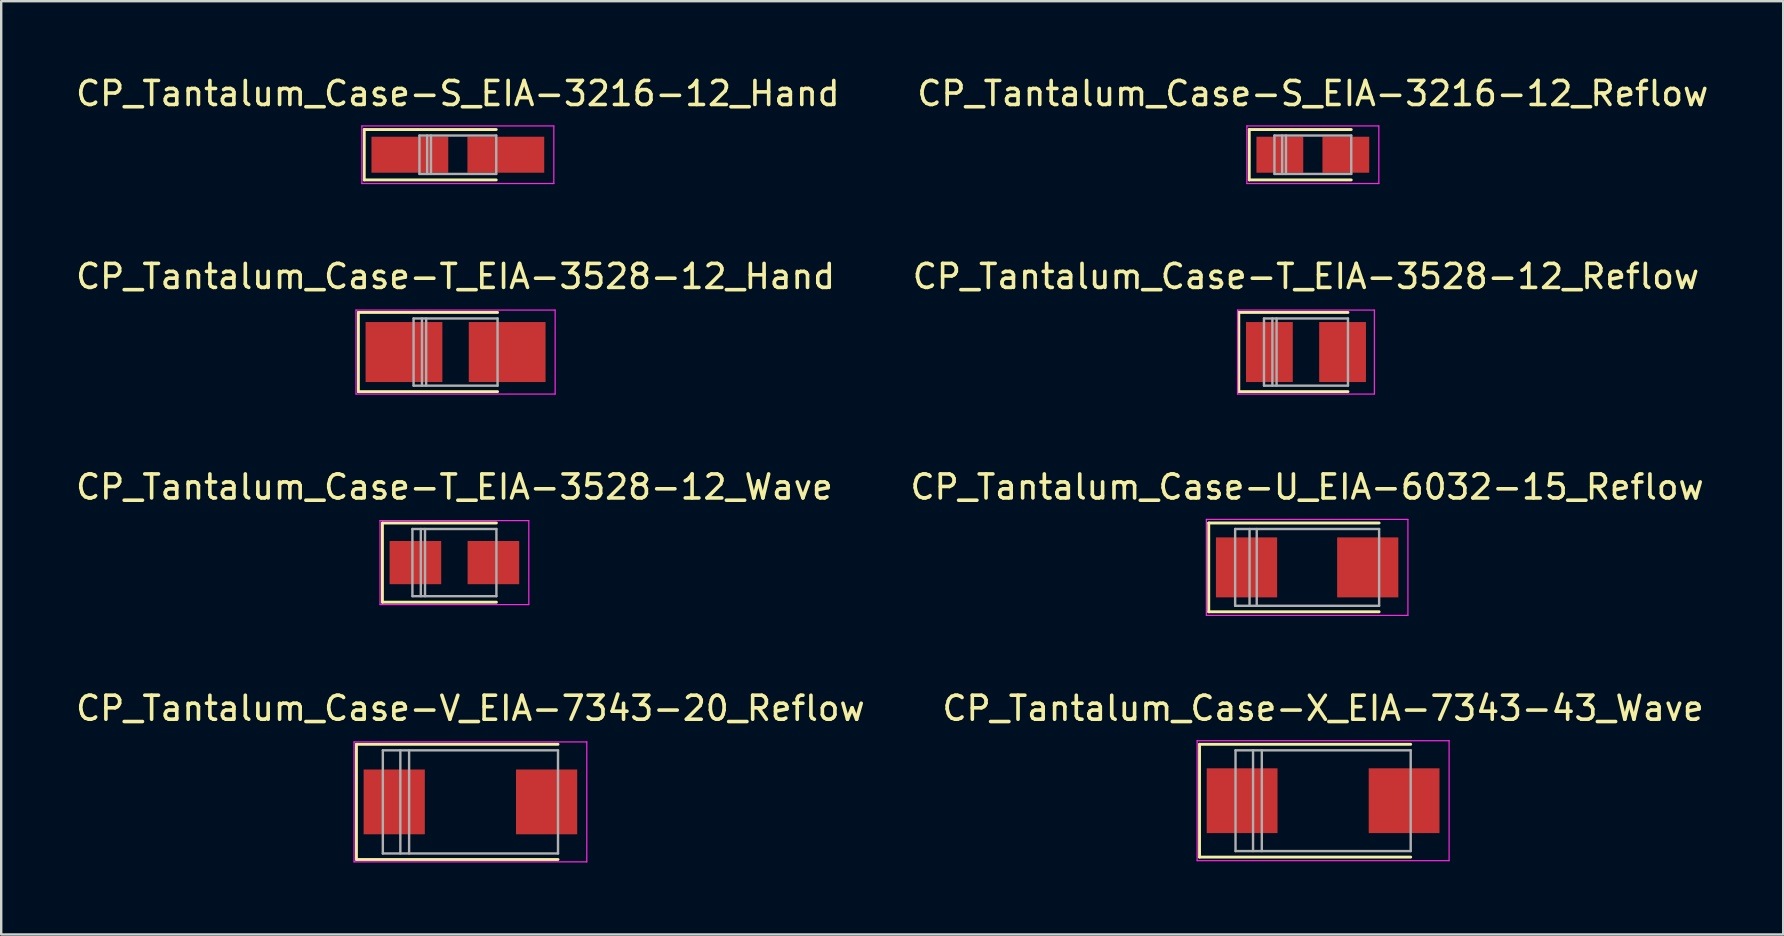
<source format=kicad_pcb>
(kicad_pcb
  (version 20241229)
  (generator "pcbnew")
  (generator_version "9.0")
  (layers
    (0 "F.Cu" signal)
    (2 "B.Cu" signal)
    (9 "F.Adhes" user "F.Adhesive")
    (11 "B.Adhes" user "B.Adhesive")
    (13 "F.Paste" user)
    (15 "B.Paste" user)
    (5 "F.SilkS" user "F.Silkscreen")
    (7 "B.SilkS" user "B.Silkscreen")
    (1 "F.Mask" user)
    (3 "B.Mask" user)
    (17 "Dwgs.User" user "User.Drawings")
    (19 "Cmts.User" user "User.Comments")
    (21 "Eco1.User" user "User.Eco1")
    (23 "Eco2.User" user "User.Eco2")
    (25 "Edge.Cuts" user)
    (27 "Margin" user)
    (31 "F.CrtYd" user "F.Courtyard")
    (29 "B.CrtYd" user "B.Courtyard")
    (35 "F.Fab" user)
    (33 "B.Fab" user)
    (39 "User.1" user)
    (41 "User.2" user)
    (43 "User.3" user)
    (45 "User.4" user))
  (footprint "CP_Tantalum_Case-X_EIA-7343-43_Wave"
    (layer "F.Cu")
    (at 52.089 30.318)
    (property "Reference" "CP_Tantalum_Case-X_EIA-7343-43_Wave" (at 0 -3.85 0) (layer "F.SilkS") (effects (font (size 1 1) (thickness 0.15))))
    (attr smd)
    (fp_line (start -5.15 -2.35) (end -5.15 2.35) (stroke (width 0.12) (type solid)) (layer "F.SilkS"))
    (fp_line (start -5.15 -2.35) (end 3.65 -2.35) (stroke (width 0.12) (type solid)) (layer "F.SilkS"))
    (fp_line (start -5.15 2.35) (end 3.65 2.35) (stroke (width 0.12) (type solid)) (layer "F.SilkS"))
    (fp_line (start -5.25 -2.5) (end -5.25 2.5) (stroke (width 0.05) (type solid)) (layer "F.CrtYd"))
    (fp_line (start -5.25 2.5) (end 5.25 2.5) (stroke (width 0.05) (type solid)) (layer "F.CrtYd"))
    (fp_line (start 5.25 -2.5) (end -5.25 -2.5) (stroke (width 0.05) (type solid)) (layer "F.CrtYd"))
    (fp_line (start 5.25 2.5) (end 5.25 -2.5) (stroke (width 0.05) (type solid)) (layer "F.CrtYd"))
    (fp_line (start -3.65 -2.1) (end -3.65 2.1) (stroke (width 0.1) (type solid)) (layer "F.Fab"))
    (fp_line (start -3.65 2.1) (end 3.65 2.1) (stroke (width 0.1) (type solid)) (layer "F.Fab"))
    (fp_line (start -2.92 -2.1) (end -2.92 2.1) (stroke (width 0.1) (type solid)) (layer "F.Fab"))
    (fp_line (start -2.555 -2.1) (end -2.555 2.1) (stroke (width 0.1) (type solid)) (layer "F.Fab"))
    (fp_line (start 3.65 -2.1) (end -3.65 -2.1) (stroke (width 0.1) (type solid)) (layer "F.Fab"))
    (fp_line (start 3.65 2.1) (end 3.65 -2.1) (stroke (width 0.1) (type solid)) (layer "F.Fab"))
    (pad "1" smd rect (at -3.375 0) (size 2.95 2.7) (layers "F.Cu" "F.Mask" "F.Paste"))
    (pad "2" smd rect (at 3.375 0) (size 2.95 2.7) (layers "F.Cu" "F.Mask" "F.Paste")))
  (footprint "CP_Tantalum_Case-T_EIA-3528-12_Wave"
    (layer "F.Cu")
    (at 15.887 20.395)
    (property "Reference" "CP_Tantalum_Case-T_EIA-3528-12_Wave" (at 0 -3.15 0) (layer "F.SilkS") (effects (font (size 1 1) (thickness 0.15))))
    (attr smd)
    (fp_line (start -3 -1.65) (end -3 1.65) (stroke (width 0.12) (type solid)) (layer "F.SilkS"))
    (fp_line (start -3 -1.65) (end 1.75 -1.65) (stroke (width 0.12) (type solid)) (layer "F.SilkS"))
    (fp_line (start -3 1.65) (end 1.75 1.65) (stroke (width 0.12) (type solid)) (layer "F.SilkS"))
    (fp_line (start -3.1 -1.75) (end -3.1 1.75) (stroke (width 0.05) (type solid)) (layer "F.CrtYd"))
    (fp_line (start -3.1 1.75) (end 3.1 1.75) (stroke (width 0.05) (type solid)) (layer "F.CrtYd"))
    (fp_line (start 3.1 -1.75) (end -3.1 -1.75) (stroke (width 0.05) (type solid)) (layer "F.CrtYd"))
    (fp_line (start 3.1 1.75) (end 3.1 -1.75) (stroke (width 0.05) (type solid)) (layer "F.CrtYd"))
    (fp_line (start -1.75 -1.4) (end -1.75 1.4) (stroke (width 0.1) (type solid)) (layer "F.Fab"))
    (fp_line (start -1.75 1.4) (end 1.75 1.4) (stroke (width 0.1) (type solid)) (layer "F.Fab"))
    (fp_line (start -1.4 -1.4) (end -1.4 1.4) (stroke (width 0.1) (type solid)) (layer "F.Fab"))
    (fp_line (start -1.225 -1.4) (end -1.225 1.4) (stroke (width 0.1) (type solid)) (layer "F.Fab"))
    (fp_line (start 1.75 -1.4) (end -1.75 -1.4) (stroke (width 0.1) (type solid)) (layer "F.Fab"))
    (fp_line (start 1.75 1.4) (end 1.75 -1.4) (stroke (width 0.1) (type solid)) (layer "F.Fab"))
    (pad "1" smd rect (at -1.625 0) (size 2.15 1.8) (layers "F.Cu" "F.Mask" "F.Paste"))
    (pad "2" smd rect (at 1.625 0) (size 2.15 1.8) (layers "F.Cu" "F.Mask" "F.Paste")))
  (footprint "CP_Tantalum_Case-T_EIA-3528-12_Reflow"
    (layer "F.Cu")
    (at 51.375 11.621)
    (property "Reference" "CP_Tantalum_Case-T_EIA-3528-12_Reflow" (at 0 -3.15 0) (layer "F.SilkS") (effects (font (size 1 1) (thickness 0.15))))
    (attr smd)
    (fp_line (start -2.8 -1.65) (end -2.8 1.65) (stroke (width 0.12) (type solid)) (layer "F.SilkS"))
    (fp_line (start -2.8 -1.65) (end 1.75 -1.65) (stroke (width 0.12) (type solid)) (layer "F.SilkS"))
    (fp_line (start -2.8 1.65) (end 1.75 1.65) (stroke (width 0.12) (type solid)) (layer "F.SilkS"))
    (fp_line (start -2.85 -1.75) (end -2.85 1.75) (stroke (width 0.05) (type solid)) (layer "F.CrtYd"))
    (fp_line (start -2.85 1.75) (end 2.85 1.75) (stroke (width 0.05) (type solid)) (layer "F.CrtYd"))
    (fp_line (start 2.85 -1.75) (end -2.85 -1.75) (stroke (width 0.05) (type solid)) (layer "F.CrtYd"))
    (fp_line (start 2.85 1.75) (end 2.85 -1.75) (stroke (width 0.05) (type solid)) (layer "F.CrtYd"))
    (fp_line (start -1.75 -1.4) (end -1.75 1.4) (stroke (width 0.1) (type solid)) (layer "F.Fab"))
    (fp_line (start -1.75 1.4) (end 1.75 1.4) (stroke (width 0.1) (type solid)) (layer "F.Fab"))
    (fp_line (start -1.4 -1.4) (end -1.4 1.4) (stroke (width 0.1) (type solid)) (layer "F.Fab"))
    (fp_line (start -1.225 -1.4) (end -1.225 1.4) (stroke (width 0.1) (type solid)) (layer "F.Fab"))
    (fp_line (start 1.75 -1.4) (end -1.75 -1.4) (stroke (width 0.1) (type solid)) (layer "F.Fab"))
    (fp_line (start 1.75 1.4) (end 1.75 -1.4) (stroke (width 0.1) (type solid)) (layer "F.Fab"))
    (pad "1" smd rect (at -1.525 0) (size 1.95 2.5) (layers "F.Cu" "F.Mask" "F.Paste"))
    (pad "2" smd rect (at 1.525 0) (size 1.95 2.5) (layers "F.Cu" "F.Mask" "F.Paste")))
  (footprint "CP_Tantalum_Case-U_EIA-6032-15_Reflow"
    (layer "F.Cu")
    (at 51.423 20.595)
    (property "Reference" "CP_Tantalum_Case-U_EIA-6032-15_Reflow" (at 0 -3.35 0) (layer "F.SilkS") (effects (font (size 1 1) (thickness 0.15))))
    (attr smd)
    (fp_line (start -4.1 -1.85) (end -4.1 1.85) (stroke (width 0.12) (type solid)) (layer "F.SilkS"))
    (fp_line (start -4.1 -1.85) (end 3 -1.85) (stroke (width 0.12) (type solid)) (layer "F.SilkS"))
    (fp_line (start -4.1 1.85) (end 3 1.85) (stroke (width 0.12) (type solid)) (layer "F.SilkS"))
    (fp_line (start -4.2 -2) (end -4.2 2) (stroke (width 0.05) (type solid)) (layer "F.CrtYd"))
    (fp_line (start -4.2 2) (end 4.2 2) (stroke (width 0.05) (type solid)) (layer "F.CrtYd"))
    (fp_line (start 4.2 -2) (end -4.2 -2) (stroke (width 0.05) (type solid)) (layer "F.CrtYd"))
    (fp_line (start 4.2 2) (end 4.2 -2) (stroke (width 0.05) (type solid)) (layer "F.CrtYd"))
    (fp_line (start -3 -1.6) (end -3 1.6) (stroke (width 0.1) (type solid)) (layer "F.Fab"))
    (fp_line (start -3 1.6) (end 3 1.6) (stroke (width 0.1) (type solid)) (layer "F.Fab"))
    (fp_line (start -2.4 -1.6) (end -2.4 1.6) (stroke (width 0.1) (type solid)) (layer "F.Fab"))
    (fp_line (start -2.1 -1.6) (end -2.1 1.6) (stroke (width 0.1) (type solid)) (layer "F.Fab"))
    (fp_line (start 3 -1.6) (end -3 -1.6) (stroke (width 0.1) (type solid)) (layer "F.Fab"))
    (fp_line (start 3 1.6) (end 3 -1.6) (stroke (width 0.1) (type solid)) (layer "F.Fab"))
    (pad "1" smd rect (at -2.525 0) (size 2.55 2.5) (layers "F.Cu" "F.Mask" "F.Paste"))
    (pad "2" smd rect (at 2.525 0) (size 2.55 2.5) (layers "F.Cu" "F.Mask" "F.Paste")))
  (footprint "CP_Tantalum_Case-T_EIA-3528-12_Hand"
    (layer "F.Cu")
    (at 15.935 11.621)
    (property "Reference" "CP_Tantalum_Case-T_EIA-3528-12_Hand" (at 0 -3.15 0) (layer "F.SilkS") (effects (font (size 1 1) (thickness 0.15))))
    (attr smd)
    (fp_line (start -4.05 -1.65) (end -4.05 1.65) (stroke (width 0.12) (type solid)) (layer "F.SilkS"))
    (fp_line (start -4.05 -1.65) (end 1.75 -1.65) (stroke (width 0.12) (type solid)) (layer "F.SilkS"))
    (fp_line (start -4.05 1.65) (end 1.75 1.65) (stroke (width 0.12) (type solid)) (layer "F.SilkS"))
    (fp_line (start -4.15 -1.75) (end -4.15 1.75) (stroke (width 0.05) (type solid)) (layer "F.CrtYd"))
    (fp_line (start -4.15 1.75) (end 4.15 1.75) (stroke (width 0.05) (type solid)) (layer "F.CrtYd"))
    (fp_line (start 4.15 -1.75) (end -4.15 -1.75) (stroke (width 0.05) (type solid)) (layer "F.CrtYd"))
    (fp_line (start 4.15 1.75) (end 4.15 -1.75) (stroke (width 0.05) (type solid)) (layer "F.CrtYd"))
    (fp_line (start -1.75 -1.4) (end -1.75 1.4) (stroke (width 0.1) (type solid)) (layer "F.Fab"))
    (fp_line (start -1.75 1.4) (end 1.75 1.4) (stroke (width 0.1) (type solid)) (layer "F.Fab"))
    (fp_line (start -1.4 -1.4) (end -1.4 1.4) (stroke (width 0.1) (type solid)) (layer "F.Fab"))
    (fp_line (start -1.225 -1.4) (end -1.225 1.4) (stroke (width 0.1) (type solid)) (layer "F.Fab"))
    (fp_line (start 1.75 -1.4) (end -1.75 -1.4) (stroke (width 0.1) (type solid)) (layer "F.Fab"))
    (fp_line (start 1.75 1.4) (end 1.75 -1.4) (stroke (width 0.1) (type solid)) (layer "F.Fab"))
    (pad "1" smd rect (at -2.15 0) (size 3.2 2.5) (layers "F.Cu" "F.Mask" "F.Paste"))
    (pad "2" smd rect (at 2.15 0) (size 3.2 2.5) (layers "F.Cu" "F.Mask" "F.Paste")))
  (footprint "CP_Tantalum_Case-S_EIA-3216-12_Reflow"
    (layer "F.Cu")
    (at 51.661 3.398)
    (property "Reference" "CP_Tantalum_Case-S_EIA-3216-12_Reflow" (at 0 -2.55 0) (layer "F.SilkS") (effects (font (size 1 1) (thickness 0.15))))
    (attr smd)
    (fp_line (start -2.65 -1.05) (end -2.65 1.05) (stroke (width 0.12) (type solid)) (layer "F.SilkS"))
    (fp_line (start -2.65 -1.05) (end 1.6 -1.05) (stroke (width 0.12) (type solid)) (layer "F.SilkS"))
    (fp_line (start -2.65 1.05) (end 1.6 1.05) (stroke (width 0.12) (type solid)) (layer "F.SilkS"))
    (fp_line (start -2.75 -1.2) (end -2.75 1.2) (stroke (width 0.05) (type solid)) (layer "F.CrtYd"))
    (fp_line (start -2.75 1.2) (end 2.75 1.2) (stroke (width 0.05) (type solid)) (layer "F.CrtYd"))
    (fp_line (start 2.75 -1.2) (end -2.75 -1.2) (stroke (width 0.05) (type solid)) (layer "F.CrtYd"))
    (fp_line (start 2.75 1.2) (end 2.75 -1.2) (stroke (width 0.05) (type solid)) (layer "F.CrtYd"))
    (fp_line (start -1.6 -0.8) (end -1.6 0.8) (stroke (width 0.1) (type solid)) (layer "F.Fab"))
    (fp_line (start -1.6 0.8) (end 1.6 0.8) (stroke (width 0.1) (type solid)) (layer "F.Fab"))
    (fp_line (start -1.28 -0.8) (end -1.28 0.8) (stroke (width 0.1) (type solid)) (layer "F.Fab"))
    (fp_line (start -1.12 -0.8) (end -1.12 0.8) (stroke (width 0.1) (type solid)) (layer "F.Fab"))
    (fp_line (start 1.6 -0.8) (end -1.6 -0.8) (stroke (width 0.1) (type solid)) (layer "F.Fab"))
    (fp_line (start 1.6 0.8) (end 1.6 -0.8) (stroke (width 0.1) (type solid)) (layer "F.Fab"))
    (pad "1" smd rect (at -1.375 0) (size 1.95 1.5) (layers "F.Cu" "F.Mask" "F.Paste"))
    (pad "2" smd rect (at 1.375 0) (size 1.95 1.5) (layers "F.Cu" "F.Mask" "F.Paste")))
  (footprint "CP_Tantalum_Case-V_EIA-7343-20_Reflow"
    (layer "F.Cu")
    (at 16.554 30.368)
    (property "Reference" "CP_Tantalum_Case-V_EIA-7343-20_Reflow" (at 0 -3.9 0) (layer "F.SilkS") (effects (font (size 1 1) (thickness 0.15))))
    (attr smd)
    (fp_line (start -4.75 -2.4) (end -4.75 2.4) (stroke (width 0.12) (type solid)) (layer "F.SilkS"))
    (fp_line (start -4.75 -2.4) (end 3.65 -2.4) (stroke (width 0.12) (type solid)) (layer "F.SilkS"))
    (fp_line (start -4.75 2.4) (end 3.65 2.4) (stroke (width 0.12) (type solid)) (layer "F.SilkS"))
    (fp_line (start -4.85 -2.5) (end -4.85 2.5) (stroke (width 0.05) (type solid)) (layer "F.CrtYd"))
    (fp_line (start -4.85 2.5) (end 4.85 2.5) (stroke (width 0.05) (type solid)) (layer "F.CrtYd"))
    (fp_line (start 4.85 -2.5) (end -4.85 -2.5) (stroke (width 0.05) (type solid)) (layer "F.CrtYd"))
    (fp_line (start 4.85 2.5) (end 4.85 -2.5) (stroke (width 0.05) (type solid)) (layer "F.CrtYd"))
    (fp_line (start -3.65 -2.15) (end -3.65 2.15) (stroke (width 0.1) (type solid)) (layer "F.Fab"))
    (fp_line (start -3.65 2.15) (end 3.65 2.15) (stroke (width 0.1) (type solid)) (layer "F.Fab"))
    (fp_line (start -2.92 -2.15) (end -2.92 2.15) (stroke (width 0.1) (type solid)) (layer "F.Fab"))
    (fp_line (start -2.555 -2.15) (end -2.555 2.15) (stroke (width 0.1) (type solid)) (layer "F.Fab"))
    (fp_line (start 3.65 -2.15) (end -3.65 -2.15) (stroke (width 0.1) (type solid)) (layer "F.Fab"))
    (fp_line (start 3.65 2.15) (end 3.65 -2.15) (stroke (width 0.1) (type solid)) (layer "F.Fab"))
    (pad "1" smd rect (at -3.175 0) (size 2.55 2.7) (layers "F.Cu" "F.Mask" "F.Paste"))
    (pad "2" smd rect (at 3.175 0) (size 2.55 2.7) (layers "F.Cu" "F.Mask" "F.Paste")))
  (footprint "CP_Tantalum_Case-S_EIA-3216-12_Hand"
    (layer "F.Cu")
    (at 16.03 3.398)
    (property "Reference" "CP_Tantalum_Case-S_EIA-3216-12_Hand" (at 0 -2.55 0) (layer "F.SilkS") (effects (font (size 1 1) (thickness 0.15))))
    (attr smd)
    (fp_line (start -3.9 -1.05) (end -3.9 1.05) (stroke (width 0.12) (type solid)) (layer "F.SilkS"))
    (fp_line (start -3.9 -1.05) (end 1.6 -1.05) (stroke (width 0.12) (type solid)) (layer "F.SilkS"))
    (fp_line (start -3.9 1.05) (end 1.6 1.05) (stroke (width 0.12) (type solid)) (layer "F.SilkS"))
    (fp_line (start -4 -1.2) (end -4 1.2) (stroke (width 0.05) (type solid)) (layer "F.CrtYd"))
    (fp_line (start -4 1.2) (end 4 1.2) (stroke (width 0.05) (type solid)) (layer "F.CrtYd"))
    (fp_line (start 4 -1.2) (end -4 -1.2) (stroke (width 0.05) (type solid)) (layer "F.CrtYd"))
    (fp_line (start 4 1.2) (end 4 -1.2) (stroke (width 0.05) (type solid)) (layer "F.CrtYd"))
    (fp_line (start -1.6 -0.8) (end -1.6 0.8) (stroke (width 0.1) (type solid)) (layer "F.Fab"))
    (fp_line (start -1.6 0.8) (end 1.6 0.8) (stroke (width 0.1) (type solid)) (layer "F.Fab"))
    (fp_line (start -1.28 -0.8) (end -1.28 0.8) (stroke (width 0.1) (type solid)) (layer "F.Fab"))
    (fp_line (start -1.12 -0.8) (end -1.12 0.8) (stroke (width 0.1) (type solid)) (layer "F.Fab"))
    (fp_line (start 1.6 -0.8) (end -1.6 -0.8) (stroke (width 0.1) (type solid)) (layer "F.Fab"))
    (fp_line (start 1.6 0.8) (end 1.6 -0.8) (stroke (width 0.1) (type solid)) (layer "F.Fab"))
    (pad "1" smd rect (at -2 0) (size 3.2 1.5) (layers "F.Cu" "F.Mask" "F.Paste"))
    (pad "2" smd rect (at 2 0) (size 3.2 1.5) (layers "F.Cu" "F.Mask" "F.Paste")))
  (gr_rect
    (start -3 -3)
    (end 71.262 35.893)
    (stroke (width 0.1) (type default))
    (fill no)
    (layer "Edge.Cuts")))
</source>
